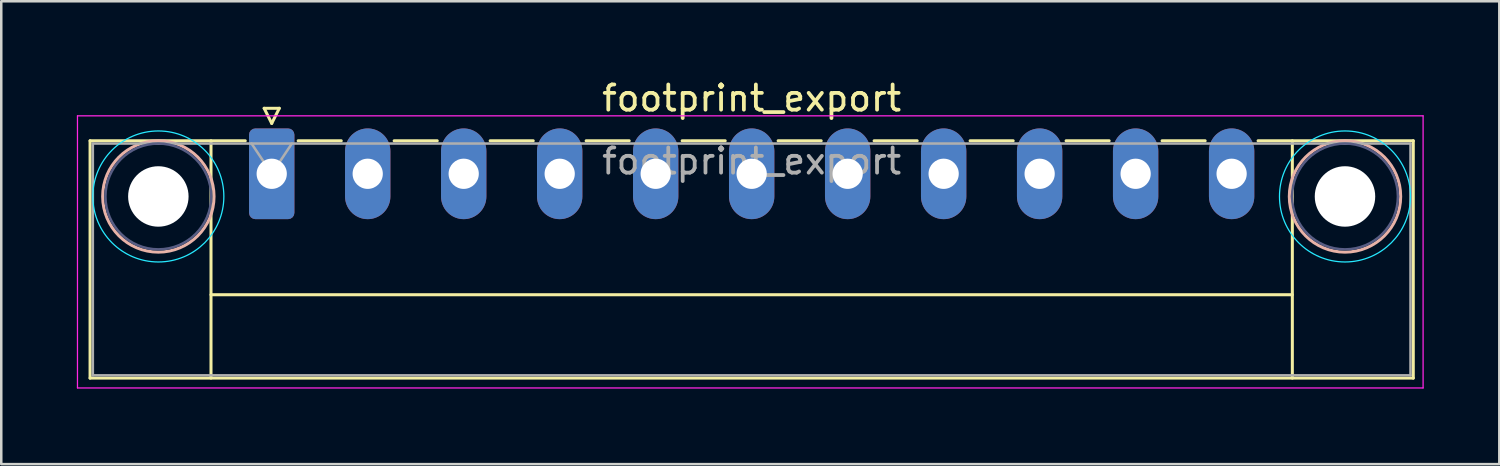
<source format=kicad_pcb>
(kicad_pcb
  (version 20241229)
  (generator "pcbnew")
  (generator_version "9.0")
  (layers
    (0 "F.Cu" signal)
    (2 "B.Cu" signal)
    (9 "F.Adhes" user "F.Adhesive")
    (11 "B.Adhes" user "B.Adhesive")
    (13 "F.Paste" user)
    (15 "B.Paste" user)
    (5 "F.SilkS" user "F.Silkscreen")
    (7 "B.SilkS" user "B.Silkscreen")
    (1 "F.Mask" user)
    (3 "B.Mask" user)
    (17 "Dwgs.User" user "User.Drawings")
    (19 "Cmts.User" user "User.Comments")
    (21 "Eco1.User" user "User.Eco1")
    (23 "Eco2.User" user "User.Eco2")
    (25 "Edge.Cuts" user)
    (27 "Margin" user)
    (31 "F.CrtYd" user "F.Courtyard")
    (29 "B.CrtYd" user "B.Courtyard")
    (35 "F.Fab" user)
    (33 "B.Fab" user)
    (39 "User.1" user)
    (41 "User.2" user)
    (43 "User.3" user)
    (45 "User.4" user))
  (footprint "footprint_export"
    (layer "F.Cu")
    (at 7.735 3.848)
    (property "Reference" "footprint_export" (at 19.05 -3 0) (layer "F.SilkS") (effects (font (size 1 1) (thickness 0.15))))
    (attr through_hole)
    (fp_line (start -7.21 -1.31) (end -7.21 8.11) (stroke (width 0.12) (type solid)) (layer "F.SilkS"))
    (fp_line (start -7.21 -1.31) (end -1.05 -1.31) (stroke (width 0.12) (type solid)) (layer "F.SilkS"))
    (fp_line (start -7.21 8.11) (end 45.31 8.11) (stroke (width 0.12) (type solid)) (layer "F.SilkS"))
    (fp_line (start -2.41 -1.31) (end -2.41 8.11) (stroke (width 0.12) (type solid)) (layer "F.SilkS"))
    (fp_line (start -2.41 4.8) (end 40.51 4.8) (stroke (width 0.12) (type solid)) (layer "F.SilkS"))
    (fp_line (start -0.3 -2.6) (end 0.3 -2.6) (stroke (width 0.12) (type solid)) (layer "F.SilkS"))
    (fp_line (start 0 -2) (end -0.3 -2.6) (stroke (width 0.12) (type solid)) (layer "F.SilkS"))
    (fp_line (start 0.3 -2.6) (end 0 -2) (stroke (width 0.12) (type solid)) (layer "F.SilkS"))
    (fp_line (start 1.05 -1.31) (end 2.76 -1.31) (stroke (width 0.12) (type solid)) (layer "F.SilkS"))
    (fp_line (start 4.86 -1.31) (end 6.57 -1.31) (stroke (width 0.12) (type solid)) (layer "F.SilkS"))
    (fp_line (start 8.67 -1.31) (end 10.38 -1.31) (stroke (width 0.12) (type solid)) (layer "F.SilkS"))
    (fp_line (start 12.48 -1.31) (end 14.19 -1.31) (stroke (width 0.12) (type solid)) (layer "F.SilkS"))
    (fp_line (start 16.29 -1.31) (end 18 -1.31) (stroke (width 0.12) (type solid)) (layer "F.SilkS"))
    (fp_line (start 20.1 -1.31) (end 21.81 -1.31) (stroke (width 0.12) (type solid)) (layer "F.SilkS"))
    (fp_line (start 23.91 -1.31) (end 25.62 -1.31) (stroke (width 0.12) (type solid)) (layer "F.SilkS"))
    (fp_line (start 27.72 -1.31) (end 29.43 -1.31) (stroke (width 0.12) (type solid)) (layer "F.SilkS"))
    (fp_line (start 31.53 -1.31) (end 33.24 -1.31) (stroke (width 0.12) (type solid)) (layer "F.SilkS"))
    (fp_line (start 35.34 -1.31) (end 37.05 -1.31) (stroke (width 0.12) (type solid)) (layer "F.SilkS"))
    (fp_line (start 40.51 -1.31) (end 40.51 8.11) (stroke (width 0.12) (type solid)) (layer "F.SilkS"))
    (fp_line (start 45.31 -1.31) (end 39.15 -1.31) (stroke (width 0.12) (type solid)) (layer "F.SilkS"))
    (fp_line (start 45.31 8.11) (end 45.31 -1.31) (stroke (width 0.12) (type solid)) (layer "F.SilkS"))
    (fp_circle (center -4.5 0.9) (end -2.29 0.9) (stroke (width 0.12) (type solid)) (fill no) (layer "B.SilkS"))
    (fp_circle (center 42.6 0.9) (end 44.81 0.9) (stroke (width 0.12) (type solid)) (fill no) (layer "B.SilkS"))
    (fp_circle (center -4.5 0.9) (end -1.9 0.9) (stroke (width 0.05) (type solid)) (fill no) (layer "B.CrtYd"))
    (fp_circle (center 42.6 0.9) (end 45.2 0.9) (stroke (width 0.05) (type solid)) (fill no) (layer "B.CrtYd"))
    (fp_line (start -7.71 -2.3) (end -7.71 8.5) (stroke (width 0.05) (type solid)) (layer "F.CrtYd"))
    (fp_line (start -7.71 8.5) (end 45.7 8.5) (stroke (width 0.05) (type solid)) (layer "F.CrtYd"))
    (fp_line (start 45.7 -2.3) (end -7.71 -2.3) (stroke (width 0.05) (type solid)) (layer "F.CrtYd"))
    (fp_line (start 45.7 8.5) (end 45.7 -2.3) (stroke (width 0.05) (type solid)) (layer "F.CrtYd"))
    (fp_circle (center -4.5 0.9) (end -2.4 0.9) (stroke (width 0.1) (type solid)) (fill no) (layer "B.Fab"))
    (fp_circle (center 42.6 0.9) (end 44.7 0.9) (stroke (width 0.1) (type solid)) (fill no) (layer "B.Fab"))
    (fp_line (start -7.1 -1.2) (end -7.1 8) (stroke (width 0.1) (type solid)) (layer "F.Fab"))
    (fp_line (start -7.1 8) (end 45.2 8) (stroke (width 0.1) (type solid)) (layer "F.Fab"))
    (fp_line (start 0 0) (end -0.8 -1.2) (stroke (width 0.1) (type solid)) (layer "F.Fab"))
    (fp_line (start 0.8 -1.2) (end 0 0) (stroke (width 0.1) (type solid)) (layer "F.Fab"))
    (fp_line (start 45.2 -1.2) (end -7.1 -1.2) (stroke (width 0.1) (type solid)) (layer "F.Fab"))
    (fp_line (start 45.2 8) (end 45.2 -1.2) (stroke (width 0.1) (type solid)) (layer "F.Fab"))
    (fp_text user "${REFERENCE}" (at 19.05 -0.5 0) (layer "F.Fab") (effects (font (size 1 1) (thickness 0.15))))
    (pad "" np_thru_hole circle (at -4.5 0.9) (size 2.4 2.4) (drill 2.4) (layers "*.Cu" "*.Mask"))
    (pad "" np_thru_hole circle (at 42.6 0.9) (size 2.4 2.4) (drill 2.4) (layers "*.Cu" "*.Mask"))
    (pad "1" thru_hole roundrect (at 0 0) (size 1.8 3.6) (drill 1.2) (layers "*.Cu" "*.Mask") (roundrect_rratio 0.139))
    (pad "2" thru_hole oval (at 3.81 0) (size 1.8 3.6) (drill 1.2) (layers "*.Cu" "*.Mask"))
    (pad "3" thru_hole oval (at 7.62 0) (size 1.8 3.6) (drill 1.2) (layers "*.Cu" "*.Mask"))
    (pad "4" thru_hole oval (at 11.43 0) (size 1.8 3.6) (drill 1.2) (layers "*.Cu" "*.Mask"))
    (pad "5" thru_hole oval (at 15.24 0) (size 1.8 3.6) (drill 1.2) (layers "*.Cu" "*.Mask"))
    (pad "6" thru_hole oval (at 19.05 0) (size 1.8 3.6) (drill 1.2) (layers "*.Cu" "*.Mask"))
    (pad "7" thru_hole oval (at 22.86 0) (size 1.8 3.6) (drill 1.2) (layers "*.Cu" "*.Mask"))
    (pad "8" thru_hole oval (at 26.67 0) (size 1.8 3.6) (drill 1.2) (layers "*.Cu" "*.Mask"))
    (pad "9" thru_hole oval (at 30.48 0) (size 1.8 3.6) (drill 1.2) (layers "*.Cu" "*.Mask"))
    (pad "10" thru_hole oval (at 34.29 0) (size 1.8 3.6) (drill 1.2) (layers "*.Cu" "*.Mask"))
    (pad "11" thru_hole oval (at 38.1 0) (size 1.8 3.6) (drill 1.2) (layers "*.Cu" "*.Mask")))
  (gr_rect
    (start -3 -3)
    (end 56.46 15.373)
    (stroke (width 0.1) (type default))
    (fill no)
    (layer "Edge.Cuts")))
</source>
